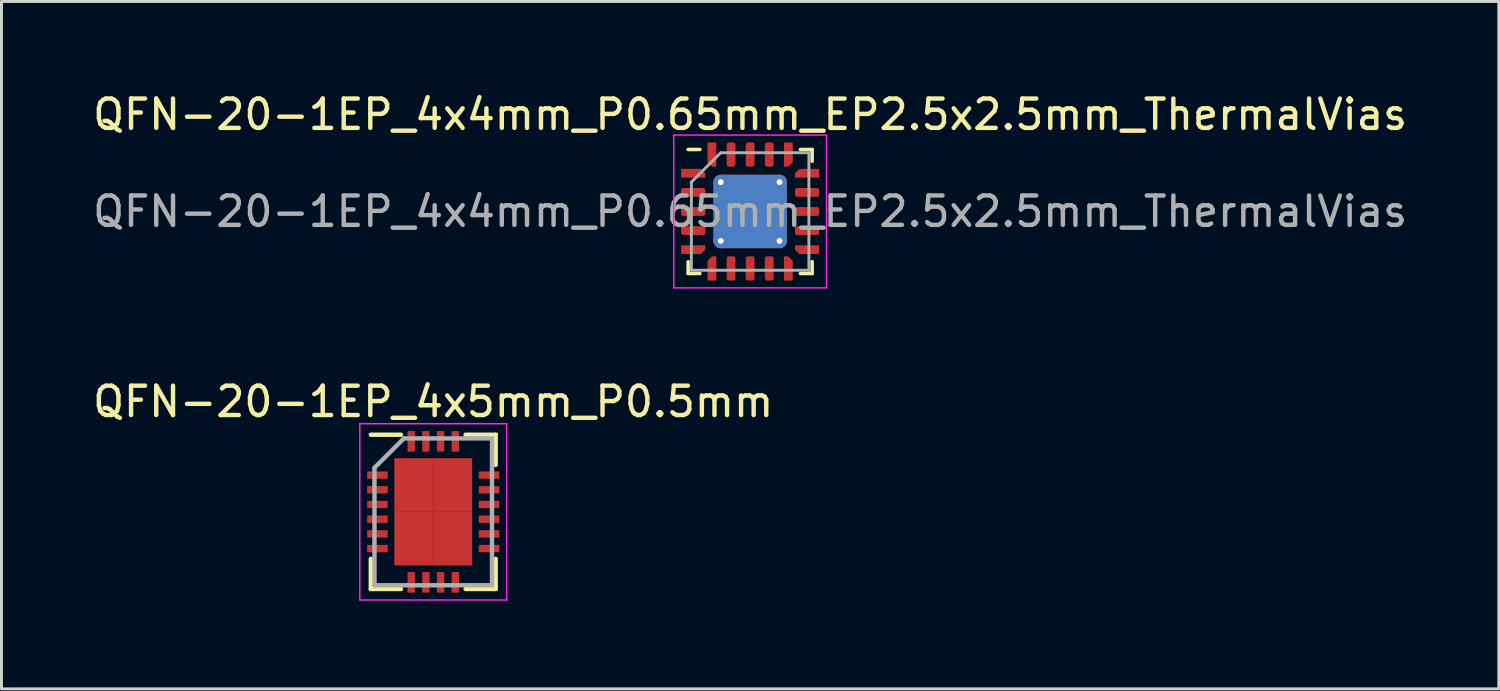
<source format=kicad_pcb>
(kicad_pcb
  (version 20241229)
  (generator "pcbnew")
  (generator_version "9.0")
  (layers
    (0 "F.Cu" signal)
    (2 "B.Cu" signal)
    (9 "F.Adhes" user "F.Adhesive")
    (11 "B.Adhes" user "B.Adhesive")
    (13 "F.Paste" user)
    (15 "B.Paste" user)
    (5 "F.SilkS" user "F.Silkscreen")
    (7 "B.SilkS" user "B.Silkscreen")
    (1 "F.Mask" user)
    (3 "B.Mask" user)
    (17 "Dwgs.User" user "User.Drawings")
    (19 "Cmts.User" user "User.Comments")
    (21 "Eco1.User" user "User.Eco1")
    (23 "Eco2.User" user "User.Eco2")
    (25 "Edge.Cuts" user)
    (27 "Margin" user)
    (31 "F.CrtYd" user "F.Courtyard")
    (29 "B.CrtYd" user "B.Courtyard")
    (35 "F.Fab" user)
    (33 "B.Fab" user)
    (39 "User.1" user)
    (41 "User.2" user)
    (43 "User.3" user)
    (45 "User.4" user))
  (footprint "QFN-20-1EP_4x4mm_P0.65mm_EP2.5x2.5mm_ThermalVias"
    (layer "F.Cu")
    (at 22.482 4.148)
    (property "Reference" "QFN-20-1EP_4x4mm_P0.65mm_EP2.5x2.5mm_ThermalVias" (at 0 -3.3 0) (layer "F.SilkS") (effects (font (size 1 1) (thickness 0.15))))
    (attr smd)
    (fp_line (start -2.11 2.11) (end -2.11 1.71) (stroke (width 0.12) (type solid)) (layer "F.SilkS"))
    (fp_line (start -1.71 -2.11) (end -2.11 -2.11) (stroke (width 0.12) (type solid)) (layer "F.SilkS"))
    (fp_line (start -1.71 2.11) (end -2.11 2.11) (stroke (width 0.12) (type solid)) (layer "F.SilkS"))
    (fp_line (start 1.71 -2.11) (end 2.11 -2.11) (stroke (width 0.12) (type solid)) (layer "F.SilkS"))
    (fp_line (start 1.71 2.11) (end 2.11 2.11) (stroke (width 0.12) (type solid)) (layer "F.SilkS"))
    (fp_line (start 2.11 -2.11) (end 2.11 -1.71) (stroke (width 0.12) (type solid)) (layer "F.SilkS"))
    (fp_line (start 2.11 2.11) (end 2.11 1.71) (stroke (width 0.12) (type solid)) (layer "F.SilkS"))
    (fp_line (start -2.6 -2.6) (end -2.6 2.6) (stroke (width 0.05) (type solid)) (layer "F.CrtYd"))
    (fp_line (start -2.6 2.6) (end 2.6 2.6) (stroke (width 0.05) (type solid)) (layer "F.CrtYd"))
    (fp_line (start 2.6 -2.6) (end -2.6 -2.6) (stroke (width 0.05) (type solid)) (layer "F.CrtYd"))
    (fp_line (start 2.6 2.6) (end 2.6 -2.6) (stroke (width 0.05) (type solid)) (layer "F.CrtYd"))
    (fp_line (start -2 -1) (end -1 -2) (stroke (width 0.1) (type solid)) (layer "F.Fab"))
    (fp_line (start -2 2) (end -2 -1) (stroke (width 0.1) (type solid)) (layer "F.Fab"))
    (fp_line (start -1 -2) (end 2 -2) (stroke (width 0.1) (type solid)) (layer "F.Fab"))
    (fp_line (start 2 -2) (end 2 2) (stroke (width 0.1) (type solid)) (layer "F.Fab"))
    (fp_line (start 2 2) (end -2 2) (stroke (width 0.1) (type solid)) (layer "F.Fab"))
    (fp_text user "${REFERENCE}" (at 0 0 0) (layer "F.Fab") (effects (font (size 1 1) (thickness 0.15))))
    (pad "" smd roundrect (at -0.625 -0.625) (size 1.08 1.08) (layers "F.Paste") (roundrect_rratio 0.231))
    (pad "" smd roundrect (at -0.625 0.625) (size 1.08 1.08) (layers "F.Paste") (roundrect_rratio 0.231))
    (pad "" smd roundrect (at 0.625 -0.625) (size 1.08 1.08) (layers "F.Paste") (roundrect_rratio 0.231))
    (pad "" smd roundrect (at 0.625 0.625) (size 1.08 1.08) (layers "F.Paste") (roundrect_rratio 0.231))
    (pad "1" smd custom (at -1.938 -1.3) (size 0.194 0.194) (layers "F.Cu" "F.Mask" "F.Paste") (options (anchor circle)) (primitives (gr_poly (pts (xy -0.412 -0.15) (xy 0.263 -0.15) (xy 0.412 0) (xy 0.412 0.15) (xy -0.412 0.15)) (width 0) (fill yes))))
    (pad "2" smd roundrect (at -1.938 -0.65) (size 0.825 0.3) (layers "F.Cu" "F.Mask" "F.Paste") (roundrect_rratio 0.25))
    (pad "3" smd roundrect (at -1.938 0) (size 0.825 0.3) (layers "F.Cu" "F.Mask" "F.Paste") (roundrect_rratio 0.25))
    (pad "4" smd roundrect (at -1.938 0.65) (size 0.825 0.3) (layers "F.Cu" "F.Mask" "F.Paste") (roundrect_rratio 0.25))
    (pad "5" smd custom (at -1.938 1.3) (size 0.194 0.194) (layers "F.Cu" "F.Mask" "F.Paste") (options (anchor circle)) (primitives (gr_poly (pts (xy -0.412 -0.15) (xy 0.412 -0.15) (xy 0.412 0) (xy 0.263 0.15) (xy -0.412 0.15)) (width 0) (fill yes))))
    (pad "6" smd custom (at -1.3 1.938) (size 0.194 0.194) (layers "F.Cu" "F.Mask" "F.Paste") (options (anchor circle)) (primitives (gr_poly (pts (xy -0.15 -0.263) (xy 0 -0.412) (xy 0.15 -0.412) (xy 0.15 0.412) (xy -0.15 0.412)) (width 0) (fill yes))))
    (pad "7" smd roundrect (at -0.65 1.938) (size 0.3 0.825) (layers "F.Cu" "F.Mask" "F.Paste") (roundrect_rratio 0.25))
    (pad "8" smd roundrect (at 0 1.938) (size 0.3 0.825) (layers "F.Cu" "F.Mask" "F.Paste") (roundrect_rratio 0.25))
    (pad "9" smd roundrect (at 0.65 1.938) (size 0.3 0.825) (layers "F.Cu" "F.Mask" "F.Paste") (roundrect_rratio 0.25))
    (pad "10" smd custom (at 1.3 1.938) (size 0.194 0.194) (layers "F.Cu" "F.Mask" "F.Paste") (options (anchor circle)) (primitives (gr_poly (pts (xy -0.15 -0.412) (xy 0 -0.412) (xy 0.15 -0.263) (xy 0.15 0.412) (xy -0.15 0.412)) (width 0) (fill yes))))
    (pad "11" smd custom (at 1.938 1.3) (size 0.194 0.194) (layers "F.Cu" "F.Mask" "F.Paste") (options (anchor circle)) (primitives (gr_poly (pts (xy -0.412 -0.15) (xy 0.412 -0.15) (xy 0.412 0.15) (xy -0.263 0.15) (xy -0.412 0)) (width 0) (fill yes))))
    (pad "12" smd roundrect (at 1.938 0.65) (size 0.825 0.3) (layers "F.Cu" "F.Mask" "F.Paste") (roundrect_rratio 0.25))
    (pad "13" smd roundrect (at 1.938 0) (size 0.825 0.3) (layers "F.Cu" "F.Mask" "F.Paste") (roundrect_rratio 0.25))
    (pad "14" smd roundrect (at 1.938 -0.65) (size 0.825 0.3) (layers "F.Cu" "F.Mask" "F.Paste") (roundrect_rratio 0.25))
    (pad "15" smd custom (at 1.938 -1.3) (size 0.194 0.194) (layers "F.Cu" "F.Mask" "F.Paste") (options (anchor circle)) (primitives (gr_poly (pts (xy -0.412 0) (xy -0.263 -0.15) (xy 0.412 -0.15) (xy 0.412 0.15) (xy -0.412 0.15)) (width 0) (fill yes))))
    (pad "16" smd custom (at 1.3 -1.938) (size 0.194 0.194) (layers "F.Cu" "F.Mask" "F.Paste") (options (anchor circle)) (primitives (gr_poly (pts (xy -0.15 -0.412) (xy 0.15 -0.412) (xy 0.15 0.263) (xy 0 0.412) (xy -0.15 0.412)) (width 0) (fill yes))))
    (pad "17" smd roundrect (at 0.65 -1.938) (size 0.3 0.825) (layers "F.Cu" "F.Mask" "F.Paste") (roundrect_rratio 0.25))
    (pad "18" smd roundrect (at 0 -1.938) (size 0.3 0.825) (layers "F.Cu" "F.Mask" "F.Paste") (roundrect_rratio 0.25))
    (pad "19" smd roundrect (at -0.65 -1.938) (size 0.3 0.825) (layers "F.Cu" "F.Mask" "F.Paste") (roundrect_rratio 0.25))
    (pad "20" smd custom (at -1.3 -1.938) (size 0.194 0.194) (layers "F.Cu" "F.Mask" "F.Paste") (options (anchor circle)) (primitives (gr_poly (pts (xy -0.15 -0.412) (xy 0.15 -0.412) (xy 0.15 0.412) (xy 0 0.412) (xy -0.15 0.263)) (width 0) (fill yes))))
    (pad "21" thru_hole circle (at -1 -1) (size 0.5 0.5) (drill 0.2) (layers "*.Cu"))
    (pad "21" thru_hole circle (at -1 1) (size 0.5 0.5) (drill 0.2) (layers "*.Cu"))
    (pad "21" smd roundrect (at 0 0) (size 2.5 2.5) (layers "F.Cu" "F.Mask") (roundrect_rratio 0.1))
    (pad "21" smd roundrect (at 0 0) (size 2.5 2.5) (layers "B.Cu") (roundrect_rratio 0.1))
    (pad "21" thru_hole circle (at 1 -1) (size 0.5 0.5) (drill 0.2) (layers "*.Cu"))
    (pad "21" thru_hole circle (at 1 1) (size 0.5 0.5) (drill 0.2) (layers "*.Cu")))
  (footprint "QFN-20-1EP_4x5mm_P0.5mm"
    (layer "F.Cu")
    (at 11.696 14.371)
    (property "Reference" "QFN-20-1EP_4x5mm_P0.5mm" (at 0 -3.75 0) (layer "F.SilkS") (effects (font (size 1 1) (thickness 0.15))))
    (attr smd)
    (fp_line (start -2.125 -2.625) (end -1.1 -2.625) (stroke (width 0.15) (type solid)) (layer "F.SilkS"))
    (fp_line (start -2.125 2.625) (end -2.125 1.6) (stroke (width 0.15) (type solid)) (layer "F.SilkS"))
    (fp_line (start -2.125 2.625) (end -1.1 2.625) (stroke (width 0.15) (type solid)) (layer "F.SilkS"))
    (fp_line (start 2.125 -2.625) (end 1.1 -2.625) (stroke (width 0.15) (type solid)) (layer "F.SilkS"))
    (fp_line (start 2.125 -2.625) (end 2.125 -1.6) (stroke (width 0.15) (type solid)) (layer "F.SilkS"))
    (fp_line (start 2.125 2.625) (end 1.1 2.625) (stroke (width 0.15) (type solid)) (layer "F.SilkS"))
    (fp_line (start 2.125 2.625) (end 2.125 1.6) (stroke (width 0.15) (type solid)) (layer "F.SilkS"))
    (fp_line (start -2.5 -3) (end -2.5 3) (stroke (width 0.05) (type solid)) (layer "F.CrtYd"))
    (fp_line (start -2.5 -3) (end 2.5 -3) (stroke (width 0.05) (type solid)) (layer "F.CrtYd"))
    (fp_line (start -2.5 3) (end 2.5 3) (stroke (width 0.05) (type solid)) (layer "F.CrtYd"))
    (fp_line (start 2.5 -3) (end 2.5 3) (stroke (width 0.05) (type solid)) (layer "F.CrtYd"))
    (fp_line (start -2 -1.5) (end -1 -2.5) (stroke (width 0.15) (type solid)) (layer "F.Fab"))
    (fp_line (start -2 2.5) (end -2 -1.5) (stroke (width 0.15) (type solid)) (layer "F.Fab"))
    (fp_line (start -1 -2.5) (end 2 -2.5) (stroke (width 0.15) (type solid)) (layer "F.Fab"))
    (fp_line (start 2 -2.5) (end 2 2.5) (stroke (width 0.15) (type solid)) (layer "F.Fab"))
    (fp_line (start 2 2.5) (end -2 2.5) (stroke (width 0.15) (type solid)) (layer "F.Fab"))
    (pad "1" smd rect (at -1.9 -1.25) (size 0.7 0.25) (layers "F.Cu" "F.Mask" "F.Paste"))
    (pad "2" smd rect (at -1.9 -0.75) (size 0.7 0.25) (layers "F.Cu" "F.Mask" "F.Paste"))
    (pad "3" smd rect (at -1.9 -0.25) (size 0.7 0.25) (layers "F.Cu" "F.Mask" "F.Paste"))
    (pad "4" smd rect (at -1.9 0.25) (size 0.7 0.25) (layers "F.Cu" "F.Mask" "F.Paste"))
    (pad "5" smd rect (at -1.9 0.75) (size 0.7 0.25) (layers "F.Cu" "F.Mask" "F.Paste"))
    (pad "6" smd rect (at -1.9 1.25) (size 0.7 0.25) (layers "F.Cu" "F.Mask" "F.Paste"))
    (pad "7" smd rect (at -0.75 2.4 90) (size 0.7 0.25) (layers "F.Cu" "F.Mask" "F.Paste"))
    (pad "8" smd rect (at -0.25 2.4 90) (size 0.7 0.25) (layers "F.Cu" "F.Mask" "F.Paste"))
    (pad "9" smd rect (at 0.25 2.4 90) (size 0.7 0.25) (layers "F.Cu" "F.Mask" "F.Paste"))
    (pad "10" smd rect (at 0.75 2.4 90) (size 0.7 0.25) (layers "F.Cu" "F.Mask" "F.Paste"))
    (pad "11" smd rect (at 1.9 1.25) (size 0.7 0.25) (layers "F.Cu" "F.Mask" "F.Paste"))
    (pad "12" smd rect (at 1.9 0.75) (size 0.7 0.25) (layers "F.Cu" "F.Mask" "F.Paste"))
    (pad "13" smd rect (at 1.9 0.25) (size 0.7 0.25) (layers "F.Cu" "F.Mask" "F.Paste"))
    (pad "14" smd rect (at 1.9 -0.25) (size 0.7 0.25) (layers "F.Cu" "F.Mask" "F.Paste"))
    (pad "15" smd rect (at 1.9 -0.75) (size 0.7 0.25) (layers "F.Cu" "F.Mask" "F.Paste"))
    (pad "16" smd rect (at 1.9 -1.25) (size 0.7 0.25) (layers "F.Cu" "F.Mask" "F.Paste"))
    (pad "17" smd rect (at 0.75 -2.4 90) (size 0.7 0.25) (layers "F.Cu" "F.Mask" "F.Paste"))
    (pad "18" smd rect (at 0.25 -2.4 90) (size 0.7 0.25) (layers "F.Cu" "F.Mask" "F.Paste"))
    (pad "19" smd rect (at -0.25 -2.4 90) (size 0.7 0.25) (layers "F.Cu" "F.Mask" "F.Paste"))
    (pad "20" smd rect (at -0.75 -2.4 90) (size 0.7 0.25) (layers "F.Cu" "F.Mask" "F.Paste"))
    (pad "21" smd rect (at -0.662 -0.912) (size 1.325 1.825) (layers "F.Cu" "F.Mask" "F.Paste"))
    (pad "21" smd rect (at -0.662 0.912) (size 1.325 1.825) (layers "F.Cu" "F.Mask" "F.Paste"))
    (pad "21" smd rect (at 0.662 -0.912) (size 1.325 1.825) (layers "F.Cu" "F.Mask" "F.Paste"))
    (pad "21" smd rect (at 0.662 0.912) (size 1.325 1.825) (layers "F.Cu" "F.Mask" "F.Paste")))
  (gr_rect
    (start -3 -3)
    (end 47.964 20.396)
    (stroke (width 0.1) (type default))
    (fill no)
    (layer "Edge.Cuts")))
</source>
